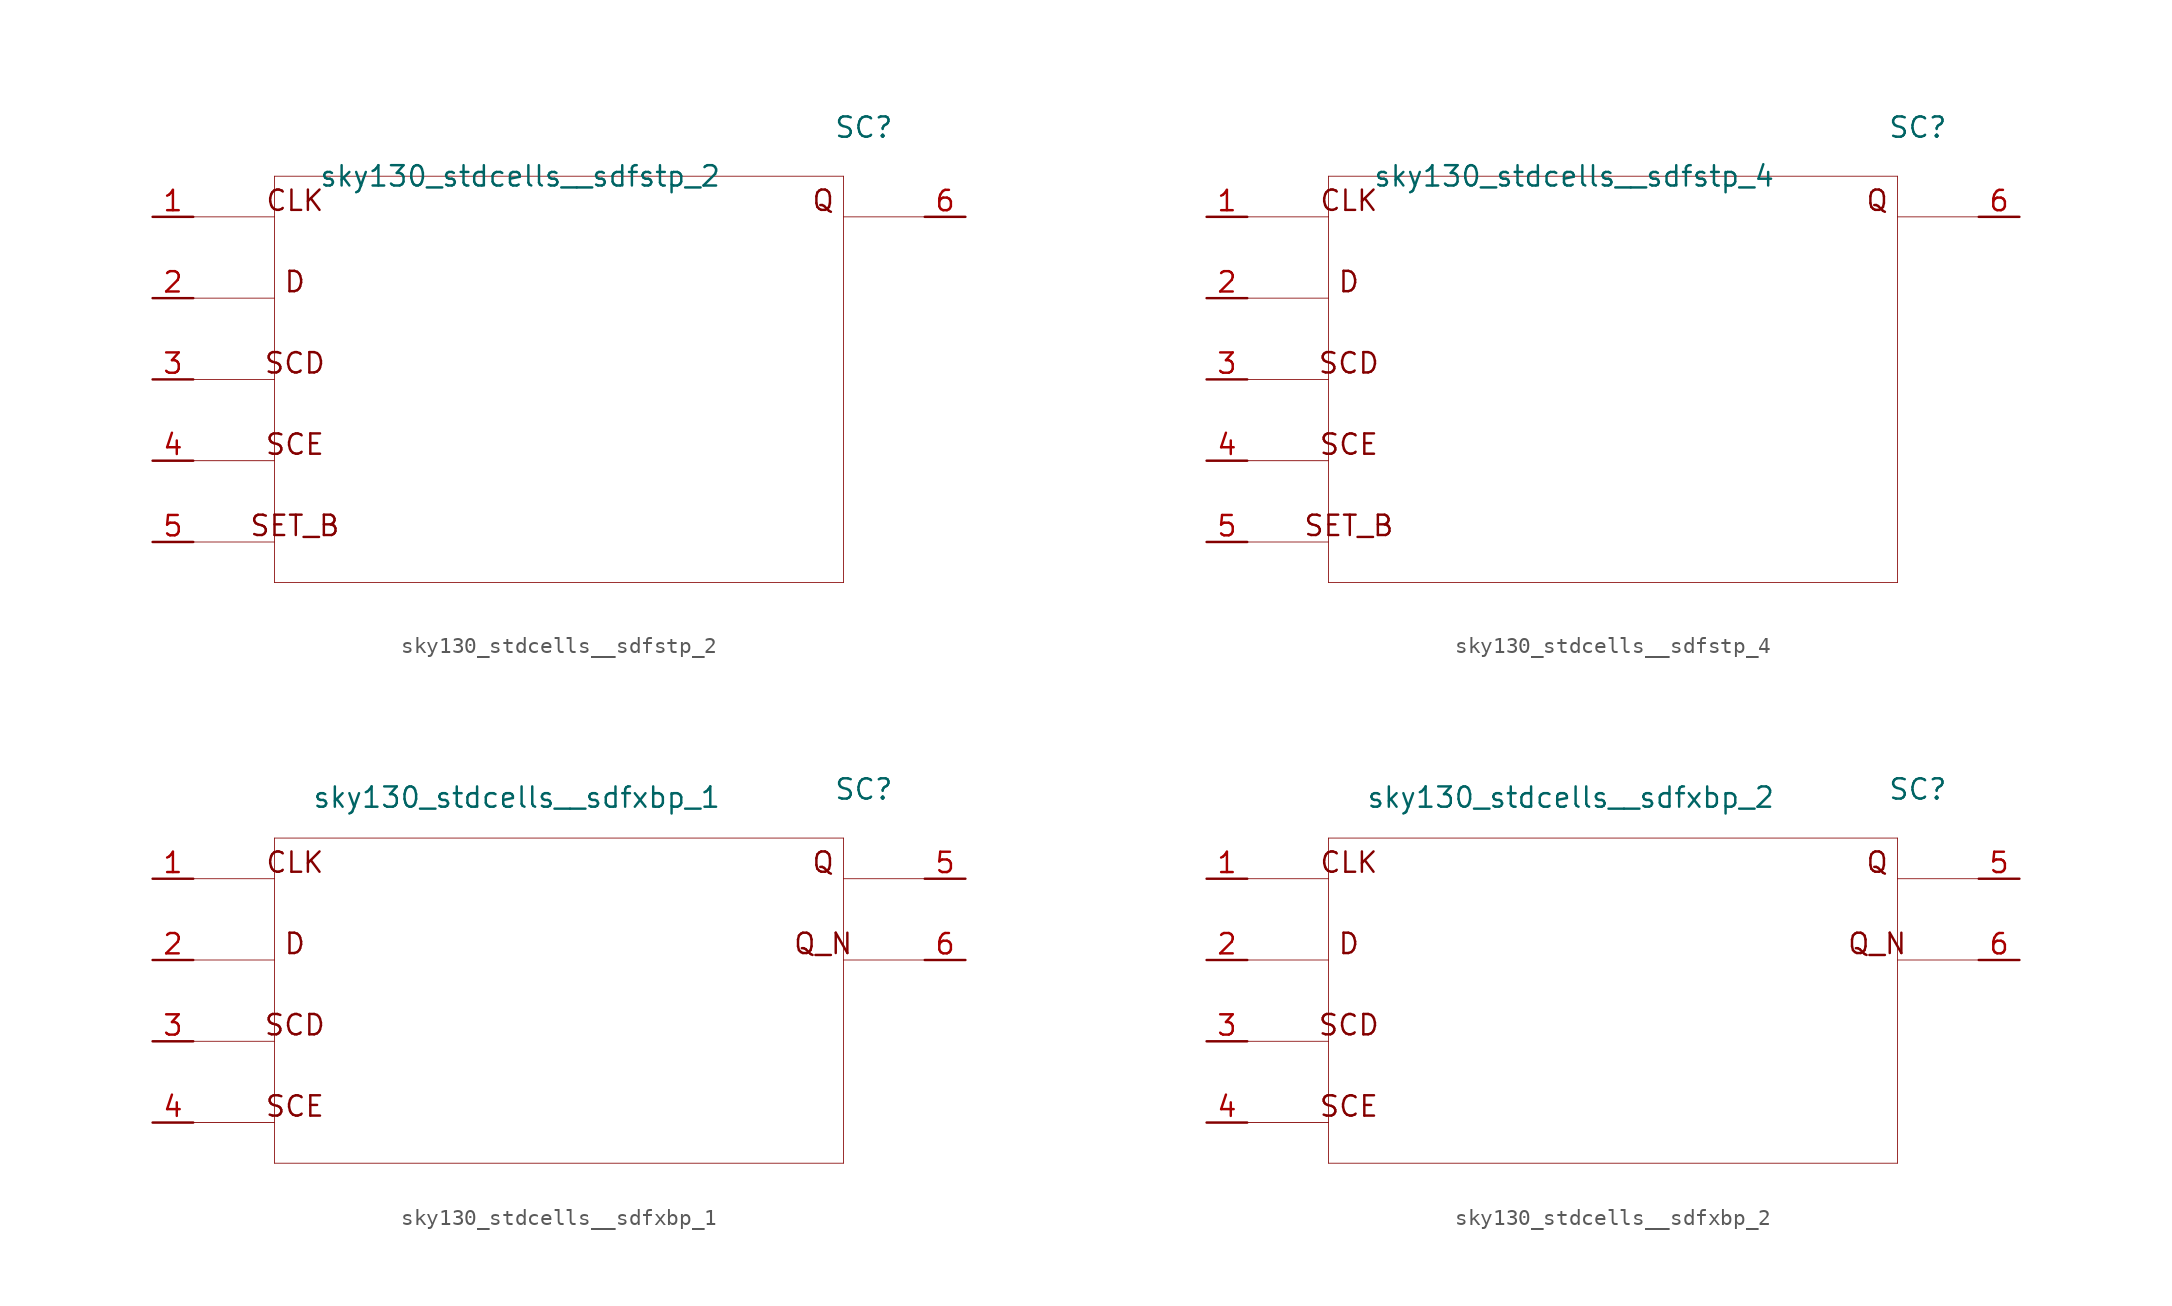
<source format=kicad_sym>
(kicad_symbol_lib
  (version 20211014)
  (generator kicad_symbol_editor)
  (symbol "sky130_stdcells__sdfstp_2"
    (pin_names hide)
    (property "Reference" "SC"
      (at 19.05 15.748 0)
      (effects (font (size 1.27 1.27))))
    (property "Value" "sky130_stdcells__sdfstp_2"
      (at 10.16 12.7 0)
      (effects (font (size 1.27 1.27)) (justify right)))
    (symbol "sky130_stdcells__sdfstp_2_0_0"
      (polyline (pts (xy -22.86 -10.16) (xy -17.78 -10.16)) (stroke (width 0.051) (type default) (color 0 0 0 0)) (fill (type none)))
      (polyline (pts (xy -22.86 -5.08) (xy -17.78 -5.08)) (stroke (width 0.051) (type default) (color 0 0 0 0)) (fill (type none)))
      (polyline (pts (xy -22.86 0) (xy -17.78 0)) (stroke (width 0.051) (type default) (color 0 0 0 0)) (fill (type none)))
      (polyline (pts (xy -22.86 5.08) (xy -17.78 5.08)) (stroke (width 0.051) (type default) (color 0 0 0 0)) (fill (type none)))
      (polyline (pts (xy -22.86 10.16) (xy -17.78 10.16)) (stroke (width 0.051) (type default) (color 0 0 0 0)) (fill (type none)))
      (polyline (pts (xy -17.78 -12.7) (xy 17.78 -12.7)) (stroke (width 0.051) (type default) (color 0 0 0 0)) (fill (type none)))
      (polyline (pts (xy -17.78 12.7) (xy -17.78 -12.7)) (stroke (width 0.051) (type default) (color 0 0 0 0)) (fill (type none)))
      (polyline (pts (xy -17.78 12.7) (xy 17.78 12.7)) (stroke (width 0.051) (type default) (color 0 0 0 0)) (fill (type none)))
      (polyline (pts (xy 17.78 10.16) (xy 22.86 10.16)) (stroke (width 0.051) (type default) (color 0 0 0 0)) (fill (type none)))
      (polyline (pts (xy 17.78 12.7) (xy 17.78 -12.7)) (stroke (width 0.051) (type default) (color 0 0 0 0)) (fill (type none)))
      (text "CLK" (at -16.51 11.176 0) (effects (font (size 1.27 1.27))))
      (text "D" (at -16.51 6.096 0) (effects (font (size 1.27 1.27))))
      (text "Q" (at 16.51 11.176 0) (effects (font (size 1.27 1.27))))
      (text "SCD" (at -16.51 1.016 0) (effects (font (size 1.27 1.27))))
      (text "SCE" (at -16.51 -4.064 0) (effects (font (size 1.27 1.27))))
      (text "SET_B" (at -16.51 -9.144 0) (effects (font (size 1.27 1.27)))))
    (symbol "sky130_stdcells__sdfstp_2_1_1"
      (pin input line (at -25.4 10.16 0) (length 2.54) (name "CLK" (effects (font (size 1.092 1.092)))) (number "1" (effects (font (size 1.27 1.27)))))
      (pin input line (at -25.4 5.08 0) (length 2.54) (name "D" (effects (font (size 1.092 1.092)))) (number "2" (effects (font (size 1.27 1.27)))))
      (pin input line (at -25.4 0 0) (length 2.54) (name "SCD" (effects (font (size 1.092 1.092)))) (number "3" (effects (font (size 1.27 1.27)))))
      (pin input line (at -25.4 -5.08 0) (length 2.54) (name "SCE" (effects (font (size 1.092 1.092)))) (number "4" (effects (font (size 1.27 1.27)))))
      (pin input line (at -25.4 -10.16 0) (length 2.54) (name "SET_B" (effects (font (size 1.092 1.092)))) (number "5" (effects (font (size 1.27 1.27)))))
      (pin output line (at 25.4 10.16 180) (length 2.54) (name "Q" (effects (font (size 1.092 1.092)))) (number "6" (effects (font (size 1.27 1.27)))))))
  (symbol "sky130_stdcells__sdfstp_4"
    (pin_names hide)
    (property "Reference" "SC"
      (at 19.05 15.748 0)
      (effects (font (size 1.27 1.27))))
    (property "Value" "sky130_stdcells__sdfstp_4"
      (at 10.16 12.7 0)
      (effects (font (size 1.27 1.27)) (justify right)))
    (symbol "sky130_stdcells__sdfstp_4_0_0"
      (polyline (pts (xy -22.86 -10.16) (xy -17.78 -10.16)) (stroke (width 0.051) (type default) (color 0 0 0 0)) (fill (type none)))
      (polyline (pts (xy -22.86 -5.08) (xy -17.78 -5.08)) (stroke (width 0.051) (type default) (color 0 0 0 0)) (fill (type none)))
      (polyline (pts (xy -22.86 0) (xy -17.78 0)) (stroke (width 0.051) (type default) (color 0 0 0 0)) (fill (type none)))
      (polyline (pts (xy -22.86 5.08) (xy -17.78 5.08)) (stroke (width 0.051) (type default) (color 0 0 0 0)) (fill (type none)))
      (polyline (pts (xy -22.86 10.16) (xy -17.78 10.16)) (stroke (width 0.051) (type default) (color 0 0 0 0)) (fill (type none)))
      (polyline (pts (xy -17.78 -12.7) (xy 17.78 -12.7)) (stroke (width 0.051) (type default) (color 0 0 0 0)) (fill (type none)))
      (polyline (pts (xy -17.78 12.7) (xy -17.78 -12.7)) (stroke (width 0.051) (type default) (color 0 0 0 0)) (fill (type none)))
      (polyline (pts (xy -17.78 12.7) (xy 17.78 12.7)) (stroke (width 0.051) (type default) (color 0 0 0 0)) (fill (type none)))
      (polyline (pts (xy 17.78 10.16) (xy 22.86 10.16)) (stroke (width 0.051) (type default) (color 0 0 0 0)) (fill (type none)))
      (polyline (pts (xy 17.78 12.7) (xy 17.78 -12.7)) (stroke (width 0.051) (type default) (color 0 0 0 0)) (fill (type none)))
      (text "CLK" (at -16.51 11.176 0) (effects (font (size 1.27 1.27))))
      (text "D" (at -16.51 6.096 0) (effects (font (size 1.27 1.27))))
      (text "Q" (at 16.51 11.176 0) (effects (font (size 1.27 1.27))))
      (text "SCD" (at -16.51 1.016 0) (effects (font (size 1.27 1.27))))
      (text "SCE" (at -16.51 -4.064 0) (effects (font (size 1.27 1.27))))
      (text "SET_B" (at -16.51 -9.144 0) (effects (font (size 1.27 1.27)))))
    (symbol "sky130_stdcells__sdfstp_4_1_1"
      (pin input line (at -25.4 10.16 0) (length 2.54) (name "CLK" (effects (font (size 1.092 1.092)))) (number "1" (effects (font (size 1.27 1.27)))))
      (pin input line (at -25.4 5.08 0) (length 2.54) (name "D" (effects (font (size 1.092 1.092)))) (number "2" (effects (font (size 1.27 1.27)))))
      (pin input line (at -25.4 0 0) (length 2.54) (name "SCD" (effects (font (size 1.092 1.092)))) (number "3" (effects (font (size 1.27 1.27)))))
      (pin input line (at -25.4 -5.08 0) (length 2.54) (name "SCE" (effects (font (size 1.092 1.092)))) (number "4" (effects (font (size 1.27 1.27)))))
      (pin input line (at -25.4 -10.16 0) (length 2.54) (name "SET_B" (effects (font (size 1.092 1.092)))) (number "5" (effects (font (size 1.27 1.27)))))
      (pin output line (at 25.4 10.16 180) (length 2.54) (name "Q" (effects (font (size 1.092 1.092)))) (number "6" (effects (font (size 1.27 1.27)))))))
  (symbol "sky130_stdcells__sdfxbp_1"
    (pin_names hide)
    (property "Reference" "SC"
      (at 19.05 13.208 0)
      (effects (font (size 1.27 1.27))))
    (property "Value" "sky130_stdcells__sdfxbp_1"
      (at 10.16 12.7 0)
      (effects (font (size 1.27 1.27)) (justify right)))
    (symbol "sky130_stdcells__sdfxbp_1_0_0"
      (polyline (pts (xy -22.86 -7.62) (xy -17.78 -7.62)) (stroke (width 0.051) (type default) (color 0 0 0 0)) (fill (type none)))
      (polyline (pts (xy -22.86 -2.54) (xy -17.78 -2.54)) (stroke (width 0.051) (type default) (color 0 0 0 0)) (fill (type none)))
      (polyline (pts (xy -22.86 2.54) (xy -17.78 2.54)) (stroke (width 0.051) (type default) (color 0 0 0 0)) (fill (type none)))
      (polyline (pts (xy -22.86 7.62) (xy -17.78 7.62)) (stroke (width 0.051) (type default) (color 0 0 0 0)) (fill (type none)))
      (polyline (pts (xy -17.78 -10.16) (xy 17.78 -10.16)) (stroke (width 0.051) (type default) (color 0 0 0 0)) (fill (type none)))
      (polyline (pts (xy -17.78 10.16) (xy -17.78 -10.16)) (stroke (width 0.051) (type default) (color 0 0 0 0)) (fill (type none)))
      (polyline (pts (xy -17.78 10.16) (xy 17.78 10.16)) (stroke (width 0.051) (type default) (color 0 0 0 0)) (fill (type none)))
      (polyline (pts (xy 17.78 2.54) (xy 22.86 2.54)) (stroke (width 0.051) (type default) (color 0 0 0 0)) (fill (type none)))
      (polyline (pts (xy 17.78 7.62) (xy 22.86 7.62)) (stroke (width 0.051) (type default) (color 0 0 0 0)) (fill (type none)))
      (polyline (pts (xy 17.78 10.16) (xy 17.78 -10.16)) (stroke (width 0.051) (type default) (color 0 0 0 0)) (fill (type none)))
      (text "CLK" (at -16.51 8.636 0) (effects (font (size 1.27 1.27))))
      (text "D" (at -16.51 3.556 0) (effects (font (size 1.27 1.27))))
      (text "Q" (at 16.51 8.636 0) (effects (font (size 1.27 1.27))))
      (text "Q_N" (at 16.51 3.556 0) (effects (font (size 1.27 1.27))))
      (text "SCD" (at -16.51 -1.524 0) (effects (font (size 1.27 1.27))))
      (text "SCE" (at -16.51 -6.604 0) (effects (font (size 1.27 1.27)))))
    (symbol "sky130_stdcells__sdfxbp_1_1_1"
      (pin input line (at -25.4 7.62 0) (length 2.54) (name "CLK" (effects (font (size 1.092 1.092)))) (number "1" (effects (font (size 1.27 1.27)))))
      (pin input line (at -25.4 2.54 0) (length 2.54) (name "D" (effects (font (size 1.092 1.092)))) (number "2" (effects (font (size 1.27 1.27)))))
      (pin input line (at -25.4 -2.54 0) (length 2.54) (name "SCD" (effects (font (size 1.092 1.092)))) (number "3" (effects (font (size 1.27 1.27)))))
      (pin input line (at -25.4 -7.62 0) (length 2.54) (name "SCE" (effects (font (size 1.092 1.092)))) (number "4" (effects (font (size 1.27 1.27)))))
      (pin output line (at 25.4 7.62 180) (length 2.54) (name "Q" (effects (font (size 1.092 1.092)))) (number "5" (effects (font (size 1.27 1.27)))))
      (pin output line (at 25.4 2.54 180) (length 2.54) (name "Q_N" (effects (font (size 1.092 1.092)))) (number "6" (effects (font (size 1.27 1.27)))))))
  (symbol "sky130_stdcells__sdfxbp_2"
    (pin_names hide)
    (property "Reference" "SC"
      (at 19.05 13.208 0)
      (effects (font (size 1.27 1.27))))
    (property "Value" "sky130_stdcells__sdfxbp_2"
      (at 10.16 12.7 0)
      (effects (font (size 1.27 1.27)) (justify right)))
    (symbol "sky130_stdcells__sdfxbp_2_0_0"
      (polyline (pts (xy -22.86 -7.62) (xy -17.78 -7.62)) (stroke (width 0.051) (type default) (color 0 0 0 0)) (fill (type none)))
      (polyline (pts (xy -22.86 -2.54) (xy -17.78 -2.54)) (stroke (width 0.051) (type default) (color 0 0 0 0)) (fill (type none)))
      (polyline (pts (xy -22.86 2.54) (xy -17.78 2.54)) (stroke (width 0.051) (type default) (color 0 0 0 0)) (fill (type none)))
      (polyline (pts (xy -22.86 7.62) (xy -17.78 7.62)) (stroke (width 0.051) (type default) (color 0 0 0 0)) (fill (type none)))
      (polyline (pts (xy -17.78 -10.16) (xy 17.78 -10.16)) (stroke (width 0.051) (type default) (color 0 0 0 0)) (fill (type none)))
      (polyline (pts (xy -17.78 10.16) (xy -17.78 -10.16)) (stroke (width 0.051) (type default) (color 0 0 0 0)) (fill (type none)))
      (polyline (pts (xy -17.78 10.16) (xy 17.78 10.16)) (stroke (width 0.051) (type default) (color 0 0 0 0)) (fill (type none)))
      (polyline (pts (xy 17.78 2.54) (xy 22.86 2.54)) (stroke (width 0.051) (type default) (color 0 0 0 0)) (fill (type none)))
      (polyline (pts (xy 17.78 7.62) (xy 22.86 7.62)) (stroke (width 0.051) (type default) (color 0 0 0 0)) (fill (type none)))
      (polyline (pts (xy 17.78 10.16) (xy 17.78 -10.16)) (stroke (width 0.051) (type default) (color 0 0 0 0)) (fill (type none)))
      (text "CLK" (at -16.51 8.636 0) (effects (font (size 1.27 1.27))))
      (text "D" (at -16.51 3.556 0) (effects (font (size 1.27 1.27))))
      (text "Q" (at 16.51 8.636 0) (effects (font (size 1.27 1.27))))
      (text "Q_N" (at 16.51 3.556 0) (effects (font (size 1.27 1.27))))
      (text "SCD" (at -16.51 -1.524 0) (effects (font (size 1.27 1.27))))
      (text "SCE" (at -16.51 -6.604 0) (effects (font (size 1.27 1.27)))))
    (symbol "sky130_stdcells__sdfxbp_2_1_1"
      (pin input line (at -25.4 7.62 0) (length 2.54) (name "CLK" (effects (font (size 1.092 1.092)))) (number "1" (effects (font (size 1.27 1.27)))))
      (pin input line (at -25.4 2.54 0) (length 2.54) (name "D" (effects (font (size 1.092 1.092)))) (number "2" (effects (font (size 1.27 1.27)))))
      (pin input line (at -25.4 -2.54 0) (length 2.54) (name "SCD" (effects (font (size 1.092 1.092)))) (number "3" (effects (font (size 1.27 1.27)))))
      (pin input line (at -25.4 -7.62 0) (length 2.54) (name "SCE" (effects (font (size 1.092 1.092)))) (number "4" (effects (font (size 1.27 1.27)))))
      (pin output line (at 25.4 7.62 180) (length 2.54) (name "Q" (effects (font (size 1.092 1.092)))) (number "5" (effects (font (size 1.27 1.27)))))
      (pin output line (at 25.4 2.54 180) (length 2.54) (name "Q_N" (effects (font (size 1.092 1.092)))) (number "6" (effects (font (size 1.27 1.27))))))))
</source>
